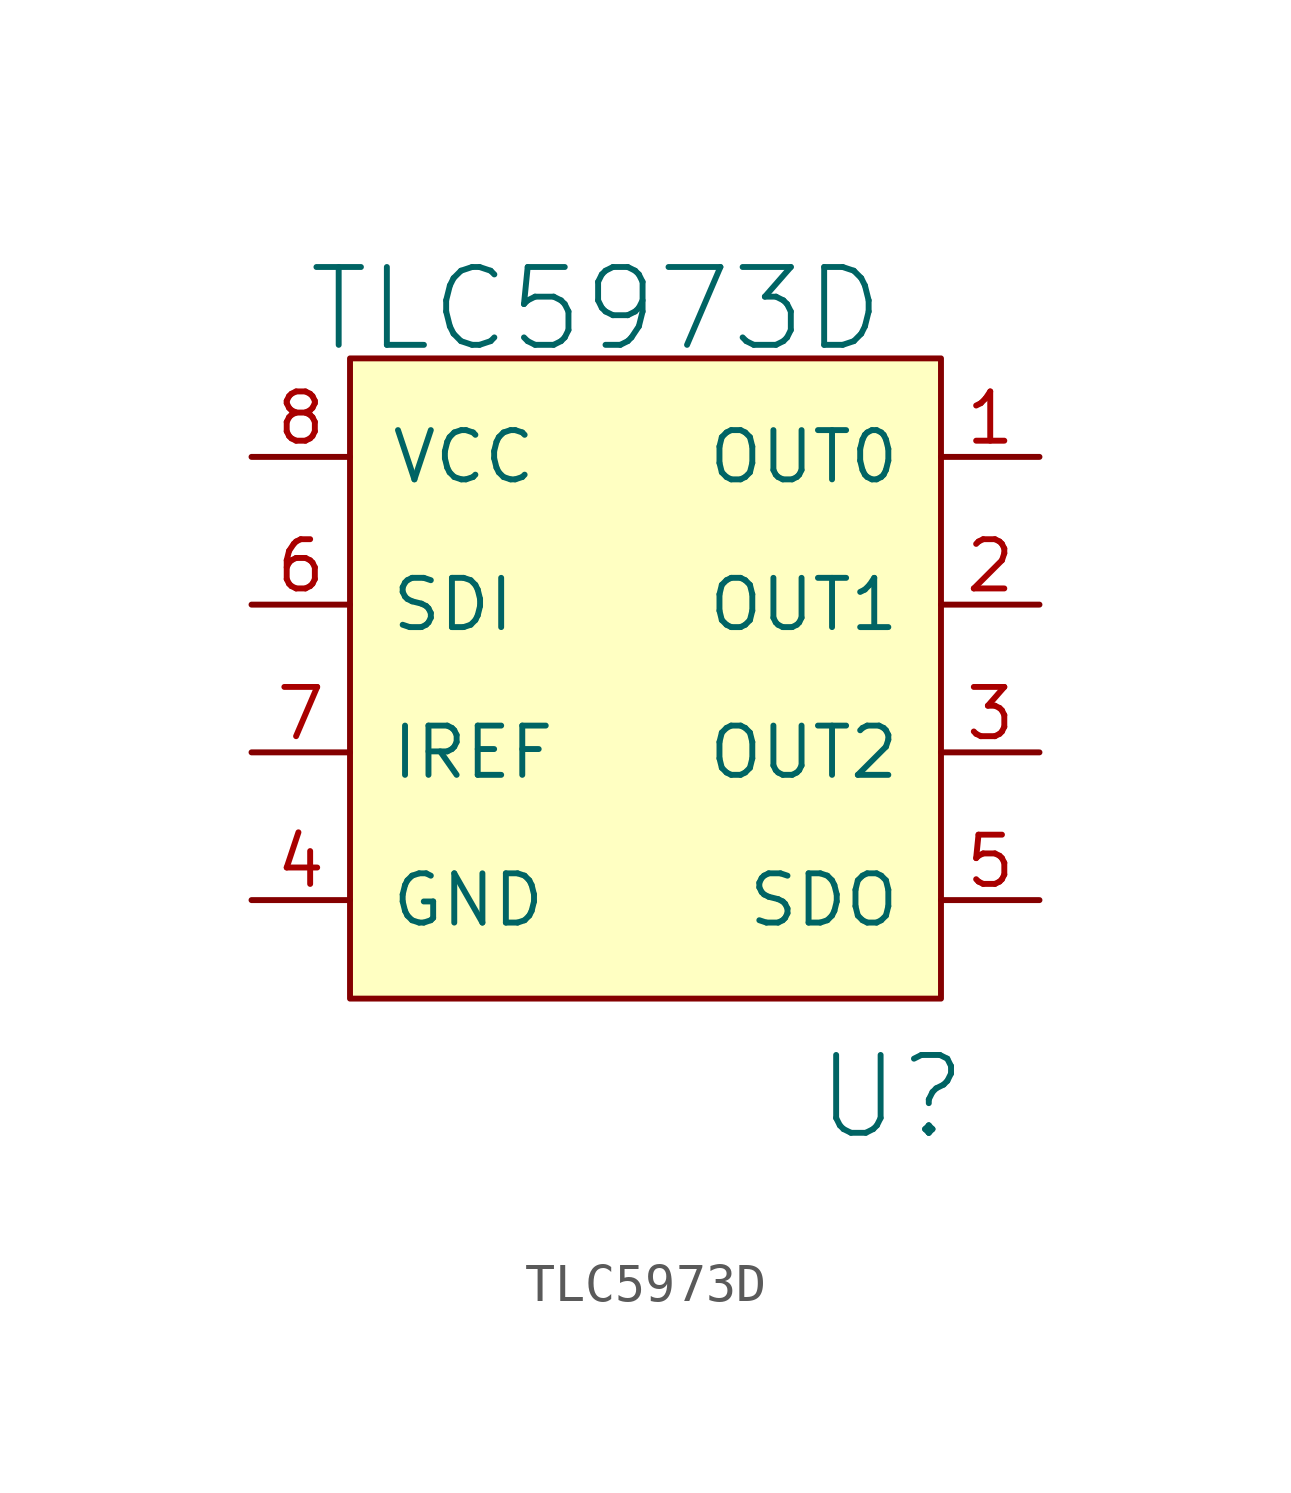
<source format=kicad_sym>
(kicad_symbol_lib
  (version 20220914)
  (generator kicad_symbol_editor)
  (symbol "TLC5973D"
    (pin_names
      (offset 1.016))
    (property "Reference" "U"
      (at 2.54 -8.89 0)
      (effects (font (size 2.007 2.007))))
    (property "Value" "TLC5973D"
      (at -5.08 11.43 0)
      (effects (font (size 2.007 2.007))))
    (symbol "TLC5973D_0_1"
      (rectangle (start -11.43 10.16) (end 3.81 -6.35) (stroke (width 0) (type default)) (fill (type background))))
    (symbol "TLC5973D_1_1"
      (pin power_out line (at 6.35 7.62 180) (length 2.54) (name "OUT0" (effects (font (size 1.27 1.27)))) (number "1" (effects (font (size 1.27 1.27)))))
      (pin power_out line (at 6.35 3.81 180) (length 2.54) (name "OUT1" (effects (font (size 1.27 1.27)))) (number "2" (effects (font (size 1.27 1.27)))))
      (pin power_out line (at 6.35 0 180) (length 2.54) (name "OUT2" (effects (font (size 1.27 1.27)))) (number "3" (effects (font (size 1.27 1.27)))))
      (pin power_in line (at -13.97 -3.81 0) (length 2.54) (name "GND" (effects (font (size 1.27 1.27)))) (number "4" (effects (font (size 1.27 1.27)))))
      (pin output line (at 6.35 -3.81 180) (length 2.54) (name "SDO" (effects (font (size 1.27 1.27)))) (number "5" (effects (font (size 1.27 1.27)))))
      (pin input line (at -13.97 3.81 0) (length 2.54) (name "SDI" (effects (font (size 1.27 1.27)))) (number "6" (effects (font (size 1.27 1.27)))))
      (pin passive line (at -13.97 0 0) (length 2.54) (name "IREF" (effects (font (size 1.27 1.27)))) (number "7" (effects (font (size 1.27 1.27)))))
      (pin power_in line (at -13.97 7.62 0) (length 2.54) (name "VCC" (effects (font (size 1.27 1.27)))) (number "8" (effects (font (size 1.27 1.27))))))))
</source>
